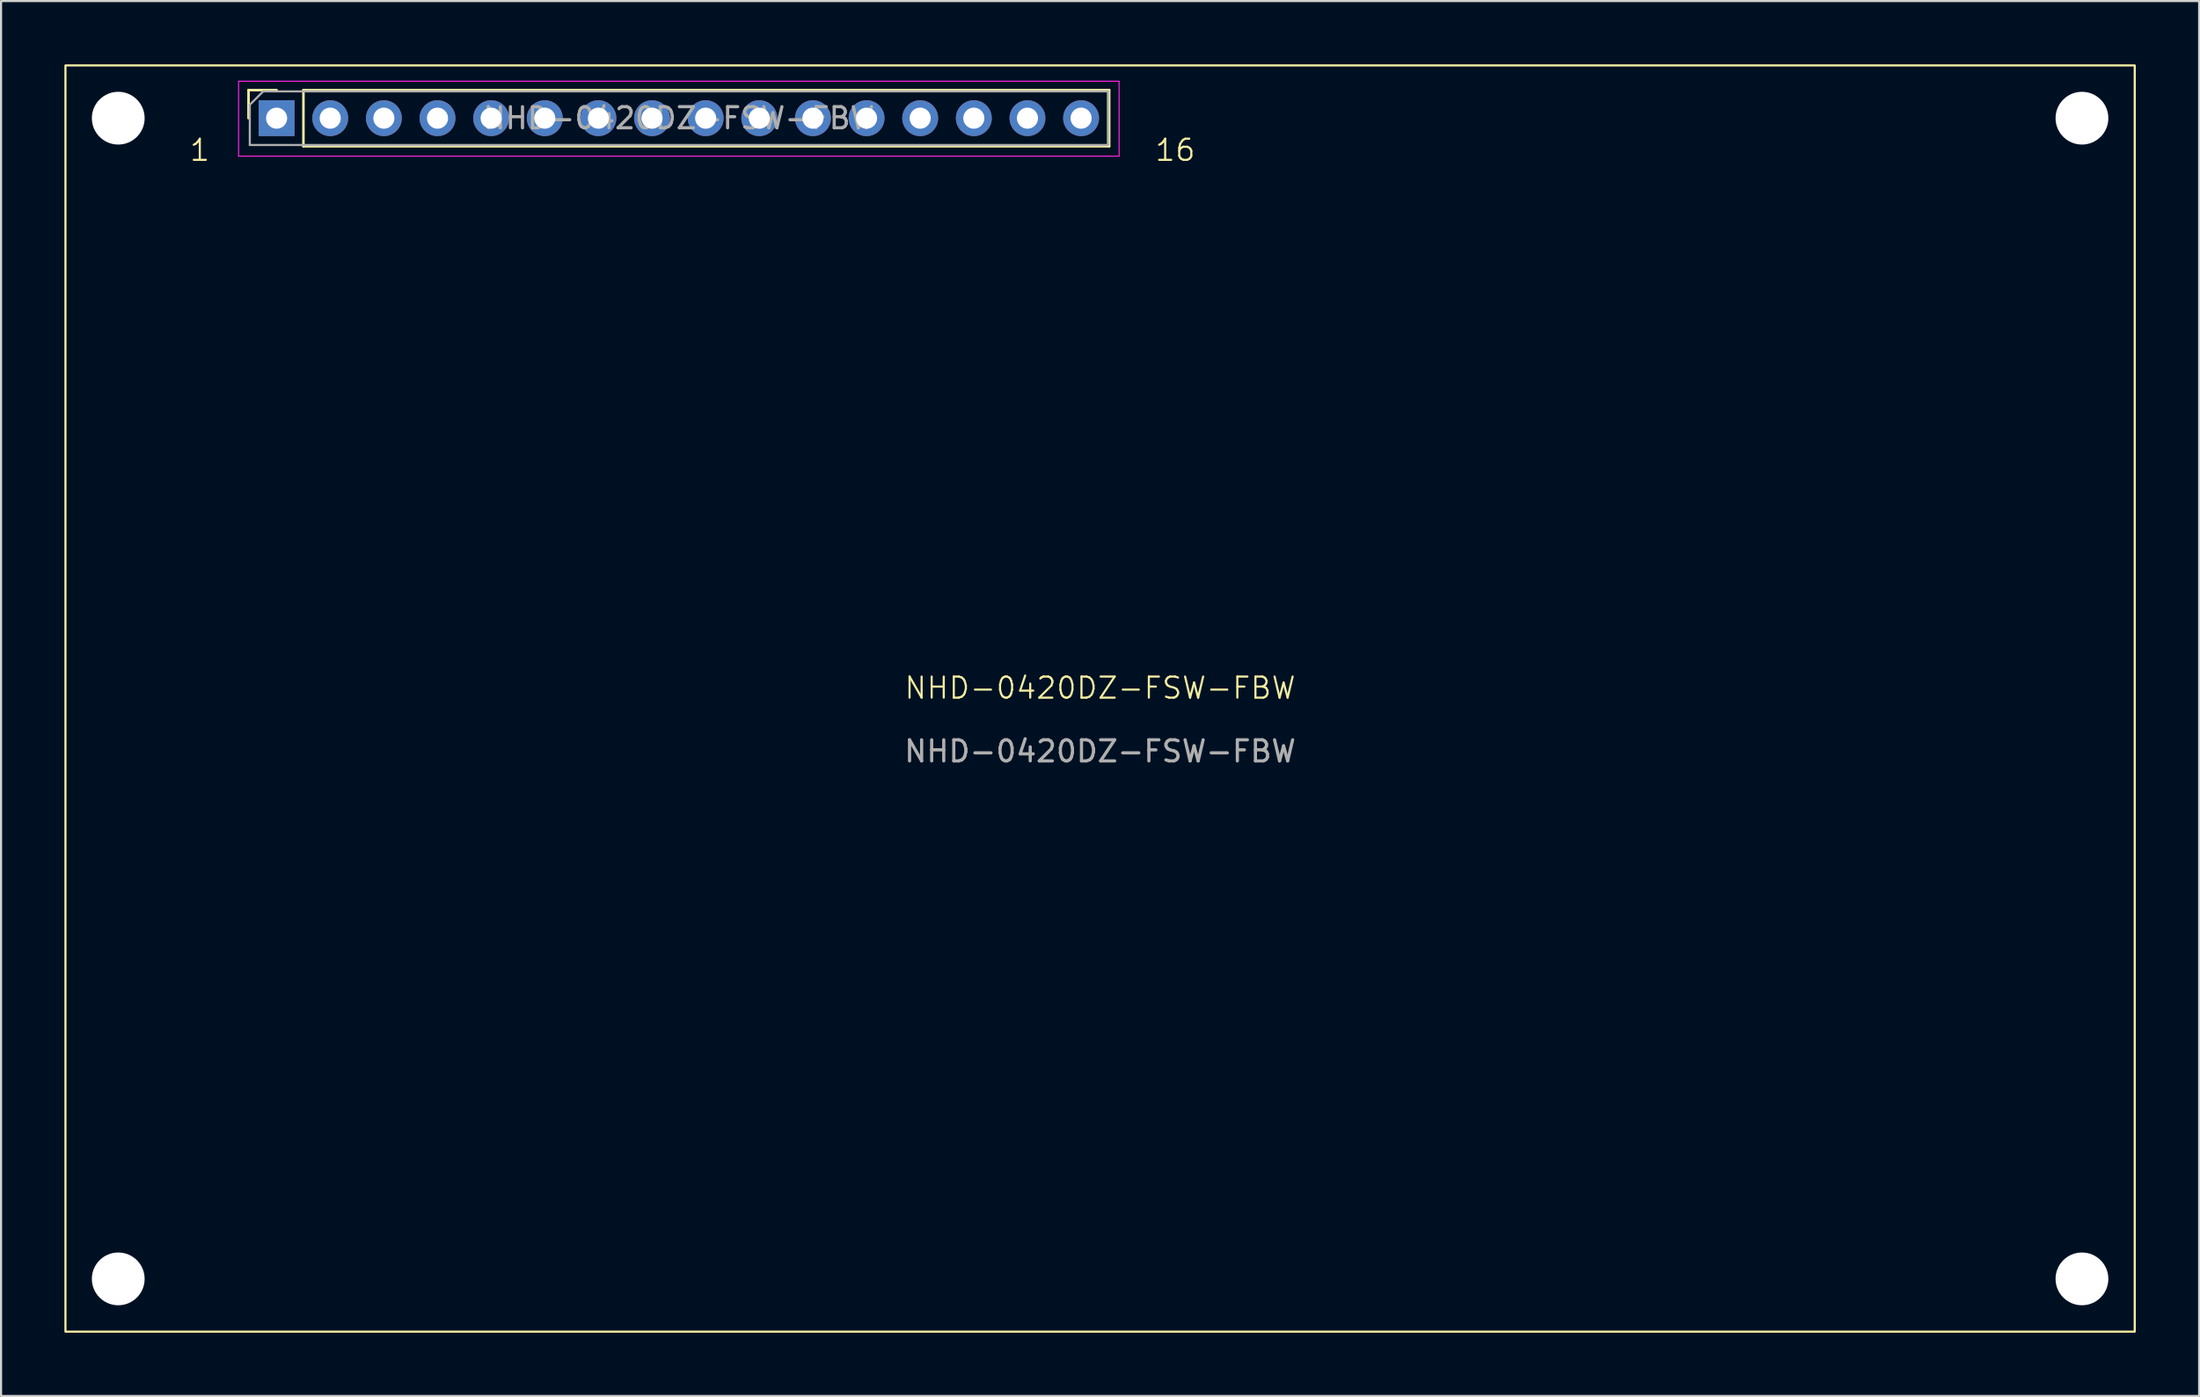
<source format=kicad_pcb>
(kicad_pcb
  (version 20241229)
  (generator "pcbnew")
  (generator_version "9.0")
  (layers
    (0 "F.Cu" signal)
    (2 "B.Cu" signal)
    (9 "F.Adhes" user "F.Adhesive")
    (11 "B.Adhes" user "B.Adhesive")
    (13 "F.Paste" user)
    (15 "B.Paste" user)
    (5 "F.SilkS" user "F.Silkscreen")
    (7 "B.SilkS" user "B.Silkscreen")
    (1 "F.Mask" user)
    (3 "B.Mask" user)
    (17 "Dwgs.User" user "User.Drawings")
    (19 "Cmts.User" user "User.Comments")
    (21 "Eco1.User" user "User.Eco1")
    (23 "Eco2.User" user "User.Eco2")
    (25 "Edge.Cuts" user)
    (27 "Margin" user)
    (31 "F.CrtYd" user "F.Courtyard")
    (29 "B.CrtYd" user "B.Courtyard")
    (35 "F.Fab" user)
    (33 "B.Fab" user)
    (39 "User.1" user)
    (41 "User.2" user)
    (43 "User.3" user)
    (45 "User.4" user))
  (footprint "NHD-0420DZ-FSW-FBW"
    (layer "F.Cu")
    (at 49.05 30.05)
    (property "Reference" "NHD-0420DZ-FSW-FBW" (at 0 -0.5 0) (unlocked yes) (layer "F.SilkS") (effects (font (size 1 1) (thickness 0.1))))
    (attr through_hole)
    (fp_line (start -40.33 -28.83) (end -39 -28.83) (stroke (width 0.12) (type solid)) (layer "F.SilkS"))
    (fp_line (start -40.33 -27.5) (end -40.33 -28.83) (stroke (width 0.12) (type solid)) (layer "F.SilkS"))
    (fp_line (start -37.73 -28.83) (end 0.43 -28.83) (stroke (width 0.12) (type solid)) (layer "F.SilkS"))
    (fp_line (start -37.73 -26.17) (end -37.73 -28.83) (stroke (width 0.12) (type solid)) (layer "F.SilkS"))
    (fp_line (start -37.73 -26.17) (end 0.43 -26.17) (stroke (width 0.12) (type solid)) (layer "F.SilkS"))
    (fp_line (start 0.43 -26.17) (end 0.43 -28.83) (stroke (width 0.12) (type solid)) (layer "F.SilkS"))
    (fp_rect (start -49 -30) (end 49 30) (stroke (width 0.1) (type default)) (fill no) (layer "F.SilkS"))
    (fp_line (start -40.8 -29.25) (end 0.9 -29.25) (stroke (width 0.05) (type solid)) (layer "F.CrtYd"))
    (fp_line (start -40.8 -25.7) (end -40.8 -29.25) (stroke (width 0.05) (type solid)) (layer "F.CrtYd"))
    (fp_line (start 0.9 -29.25) (end 0.9 -25.7) (stroke (width 0.05) (type solid)) (layer "F.CrtYd"))
    (fp_line (start 0.9 -25.7) (end -40.8 -25.7) (stroke (width 0.05) (type solid)) (layer "F.CrtYd"))
    (fp_line (start -40.27 -28.135) (end -39.635 -28.77) (stroke (width 0.1) (type solid)) (layer "F.Fab"))
    (fp_line (start -40.27 -26.23) (end -40.27 -28.135) (stroke (width 0.1) (type solid)) (layer "F.Fab"))
    (fp_line (start -39.635 -28.77) (end 0.37 -28.77) (stroke (width 0.1) (type solid)) (layer "F.Fab"))
    (fp_line (start 0.37 -28.77) (end 0.37 -26.23) (stroke (width 0.1) (type solid)) (layer "F.Fab"))
    (fp_line (start 0.37 -26.23) (end -40.27 -26.23) (stroke (width 0.1) (type solid)) (layer "F.Fab"))
    (fp_text user "16" (at 2.54 -25.4 0) (unlocked yes) (layer "F.SilkS") (effects (font (size 1 1) (thickness 0.1)) (justify left bottom)))
    (fp_text user "1" (at -43.18 -25.4 0) (unlocked yes) (layer "F.SilkS") (effects (font (size 1 1) (thickness 0.1)) (justify left bottom)))
    (fp_text user "${REFERENCE}" (at 0 2.5 0) (unlocked yes) (layer "F.Fab") (effects (font (size 1 1) (thickness 0.15))))
    (fp_text user "${REFERENCE}" (at -19.95 -27.5 180) (layer "F.Fab") (effects (font (size 1 1) (thickness 0.15))))
    (pad "" np_thru_hole circle (at -46.5 -27.5) (size 2.5 2.5) (drill 2.5) (layers "*.Cu" "*.Mask"))
    (pad "" np_thru_hole circle (at -46.5 27.5) (size 2.5 2.5) (drill 2.5) (layers "*.Cu" "*.Mask"))
    (pad "" np_thru_hole circle (at 46.5 -27.5) (size 2.5 2.5) (drill 2.5) (layers "*.Cu" "*.Mask"))
    (pad "" np_thru_hole circle (at 46.5 27.5) (size 2.5 2.5) (drill 2.5) (layers "*.Cu" "*.Mask"))
    (pad "1" thru_hole rect (at -39 -27.5 90) (size 1.7 1.7) (drill 1) (layers "*.Cu" "*.Mask"))
    (pad "2" thru_hole oval (at -36.46 -27.5 90) (size 1.7 1.7) (drill 1) (layers "*.Cu" "*.Mask"))
    (pad "3" thru_hole oval (at -33.92 -27.5 90) (size 1.7 1.7) (drill 1) (layers "*.Cu" "*.Mask"))
    (pad "4" thru_hole oval (at -31.38 -27.5 90) (size 1.7 1.7) (drill 1) (layers "*.Cu" "*.Mask"))
    (pad "5" thru_hole oval (at -28.84 -27.5 90) (size 1.7 1.7) (drill 1) (layers "*.Cu" "*.Mask"))
    (pad "6" thru_hole oval (at -26.3 -27.5 90) (size 1.7 1.7) (drill 1) (layers "*.Cu" "*.Mask"))
    (pad "7" thru_hole oval (at -23.76 -27.5 90) (size 1.7 1.7) (drill 1) (layers "*.Cu" "*.Mask"))
    (pad "8" thru_hole oval (at -21.22 -27.5 90) (size 1.7 1.7) (drill 1) (layers "*.Cu" "*.Mask"))
    (pad "9" thru_hole oval (at -18.68 -27.5 90) (size 1.7 1.7) (drill 1) (layers "*.Cu" "*.Mask"))
    (pad "10" thru_hole oval (at -16.14 -27.5 90) (size 1.7 1.7) (drill 1) (layers "*.Cu" "*.Mask"))
    (pad "11" thru_hole oval (at -13.6 -27.5 90) (size 1.7 1.7) (drill 1) (layers "*.Cu" "*.Mask"))
    (pad "12" thru_hole oval (at -11.06 -27.5 90) (size 1.7 1.7) (drill 1) (layers "*.Cu" "*.Mask"))
    (pad "13" thru_hole oval (at -8.52 -27.5 90) (size 1.7 1.7) (drill 1) (layers "*.Cu" "*.Mask"))
    (pad "14" thru_hole oval (at -5.98 -27.5 90) (size 1.7 1.7) (drill 1) (layers "*.Cu" "*.Mask"))
    (pad "15" thru_hole oval (at -3.44 -27.5 90) (size 1.7 1.7) (drill 1) (layers "*.Cu" "*.Mask"))
    (pad "16" thru_hole oval (at -0.9 -27.5 90) (size 1.7 1.7) (drill 1) (layers "*.Cu" "*.Mask")))
  (gr_rect
    (start -3 -3)
    (end 101.1 63.1)
    (stroke (width 0.1) (type default))
    (fill no)
    (layer "Edge.Cuts")))
</source>
